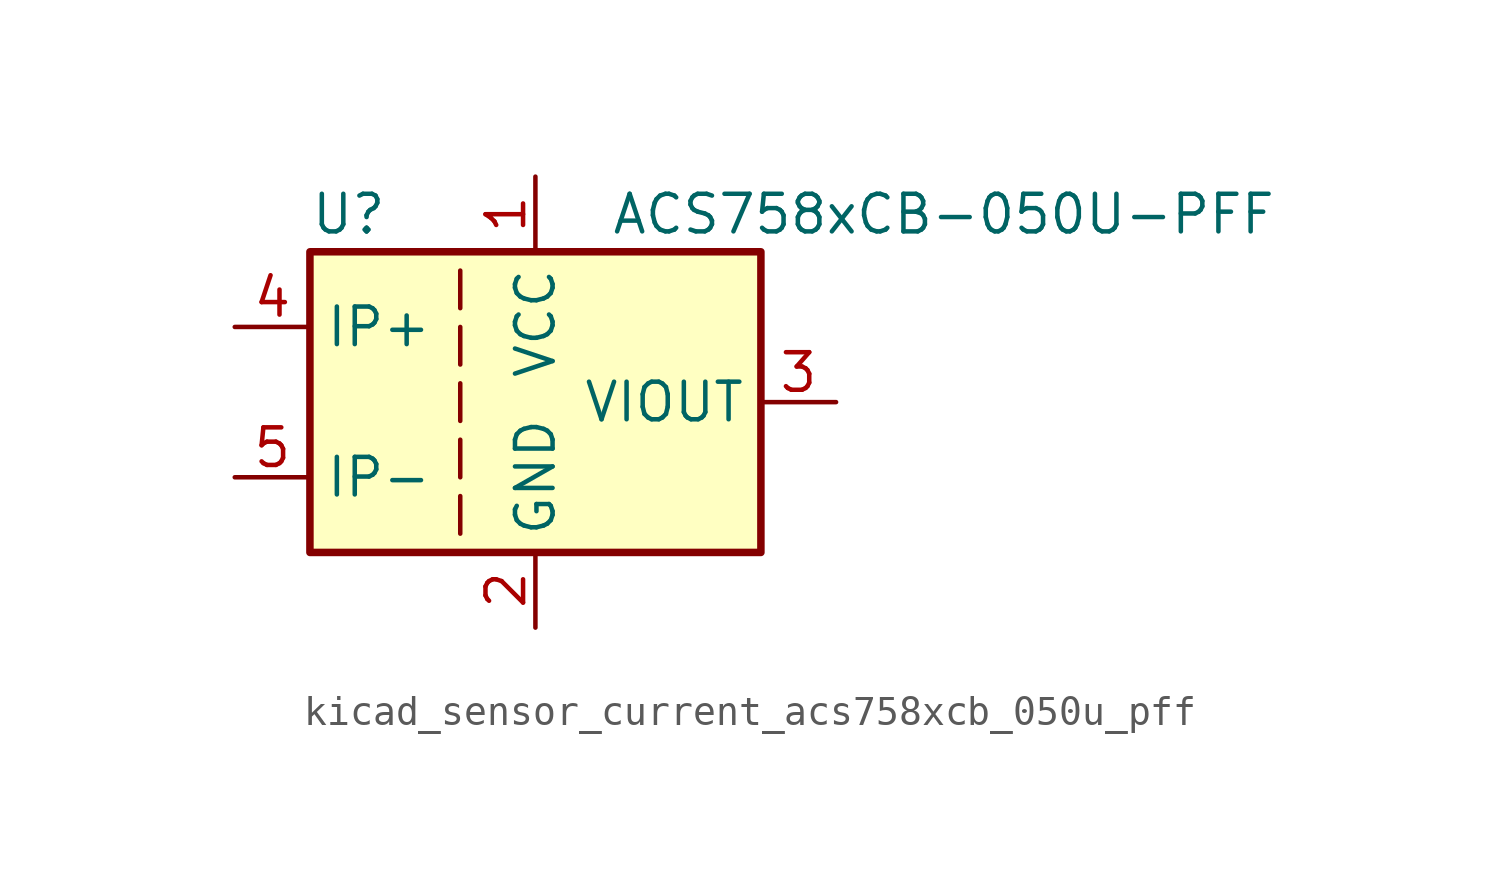
<source format=kicad_sym>
(kicad_symbol_lib
  (version 20220914)
  (generator kicad_symbol_editor)
  (symbol "kicad_sensor_current_acs758xcb_050u_pff"
    (property "Reference" "U"
      (at -7.62 6.35 0)
      (effects (font (size 1.27 1.27)) (justify left)))
    (property "Value" "ACS758xCB-050U-PFF"
      (at 2.54 6.35 0)
      (effects (font (size 1.27 1.27)) (justify left)))
    (symbol "kicad_sensor_current_acs758xcb_050u_pff_0_1"
      (rectangle (start -7.62 5.08) (end 7.62 -5.08) (stroke (width 0.254) (type default)) (fill (type background)))
      (polyline (pts (xy -2.54 -3.175) (xy -2.54 -4.445)) (stroke (width 0) (type default)) (fill (type none)))
      (polyline (pts (xy -2.54 -1.27) (xy -2.54 -2.54)) (stroke (width 0) (type default)) (fill (type none)))
      (polyline (pts (xy -2.54 0.635) (xy -2.54 -0.635)) (stroke (width 0) (type default)) (fill (type none)))
      (polyline (pts (xy -2.54 1.27) (xy -2.54 2.54)) (stroke (width 0) (type default)) (fill (type none)))
      (polyline (pts (xy -2.54 3.175) (xy -2.54 4.445)) (stroke (width 0) (type default)) (fill (type none))))
    (symbol "kicad_sensor_current_acs758xcb_050u_pff_1_1"
      (pin power_in line (at 0 7.62 270) (length 2.54) (name "VCC" (effects (font (size 1.27 1.27)))) (number "1" (effects (font (size 1.27 1.27)))))
      (pin power_in line (at 0 -7.62 90) (length 2.54) (name "GND" (effects (font (size 1.27 1.27)))) (number "2" (effects (font (size 1.27 1.27)))))
      (pin output line (at 10.16 0 180) (length 2.54) (name "VIOUT" (effects (font (size 1.27 1.27)))) (number "3" (effects (font (size 1.27 1.27)))))
      (pin passive line (at -10.16 2.54 0) (length 2.54) (name "IP+" (effects (font (size 1.27 1.27)))) (number "4" (effects (font (size 1.27 1.27)))))
      (pin passive line (at -10.16 -2.54 0) (length 2.54) (name "IP-" (effects (font (size 1.27 1.27)))) (number "5" (effects (font (size 1.27 1.27))))))))
</source>
